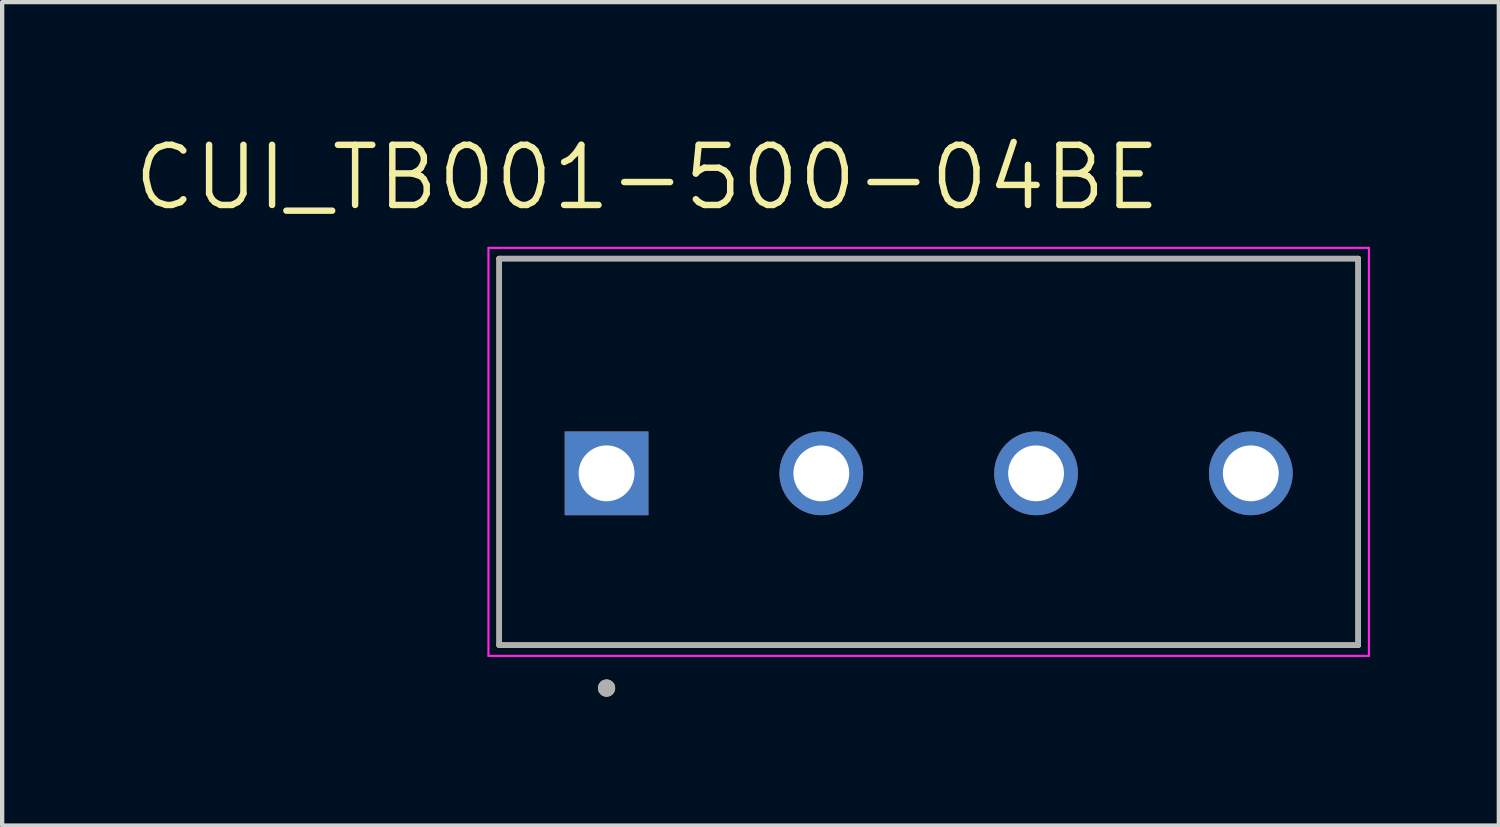
<source format=kicad_pcb>
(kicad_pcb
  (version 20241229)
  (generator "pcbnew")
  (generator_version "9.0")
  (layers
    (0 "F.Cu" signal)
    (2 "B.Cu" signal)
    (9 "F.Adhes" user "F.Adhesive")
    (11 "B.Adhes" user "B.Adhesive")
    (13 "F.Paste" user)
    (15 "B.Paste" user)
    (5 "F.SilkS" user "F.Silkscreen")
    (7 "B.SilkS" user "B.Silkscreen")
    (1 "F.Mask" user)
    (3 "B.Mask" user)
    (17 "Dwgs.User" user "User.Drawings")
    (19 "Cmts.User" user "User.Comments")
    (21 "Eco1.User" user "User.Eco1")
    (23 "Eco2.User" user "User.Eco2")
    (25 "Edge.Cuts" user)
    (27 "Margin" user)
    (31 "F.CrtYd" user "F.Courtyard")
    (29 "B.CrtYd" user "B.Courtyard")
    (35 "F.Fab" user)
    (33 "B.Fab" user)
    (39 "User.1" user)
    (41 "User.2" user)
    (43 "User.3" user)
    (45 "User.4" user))
  (footprint "CUI_TB001-500-04BE"
    (layer "F.Cu")
    (at 11.073 7.971)
    (property "Reference" "CUI_TB001-500-04BE" (at 0.945 -6.889 0) (layer "F.SilkS") (effects (font (size 1.4 1.4) (thickness 0.15))))
    (attr through_hole)
    (fp_line (start -2.5 -5) (end 17.5 -5) (stroke (width 0.127) (type solid)) (layer "F.SilkS"))
    (fp_line (start -2.5 4) (end -2.5 -5) (stroke (width 0.127) (type solid)) (layer "F.SilkS"))
    (fp_line (start 17.5 -5) (end 17.5 4) (stroke (width 0.127) (type solid)) (layer "F.SilkS"))
    (fp_line (start 17.5 4) (end -2.5 4) (stroke (width 0.127) (type solid)) (layer "F.SilkS"))
    (fp_circle (center 0 5) (end 0.1 5) (stroke (width 0.2) (type solid)) (fill no) (layer "F.SilkS"))
    (fp_line (start -2.75 -5.25) (end 17.75 -5.25) (stroke (width 0.05) (type solid)) (layer "F.CrtYd"))
    (fp_line (start -2.75 4.25) (end -2.75 -5.25) (stroke (width 0.05) (type solid)) (layer "F.CrtYd"))
    (fp_line (start 17.75 -5.25) (end 17.75 4.25) (stroke (width 0.05) (type solid)) (layer "F.CrtYd"))
    (fp_line (start 17.75 4.25) (end -2.75 4.25) (stroke (width 0.05) (type solid)) (layer "F.CrtYd"))
    (fp_line (start -2.5 -5) (end 17.5 -5) (stroke (width 0.127) (type solid)) (layer "F.Fab"))
    (fp_line (start -2.5 4) (end -2.5 -5) (stroke (width 0.127) (type solid)) (layer "F.Fab"))
    (fp_line (start 17.5 -5) (end 17.5 4) (stroke (width 0.127) (type solid)) (layer "F.Fab"))
    (fp_line (start 17.5 4) (end -2.5 4) (stroke (width 0.127) (type solid)) (layer "F.Fab"))
    (fp_circle (center 0 5) (end 0.1 5) (stroke (width 0.2) (type solid)) (fill no) (layer "F.Fab"))
    (pad "1" thru_hole rect (at 0 0) (size 1.95 1.95) (drill 1.3) (layers "*.Cu" "*.Mask"))
    (pad "2" thru_hole circle (at 5 0) (size 1.95 1.95) (drill 1.3) (layers "*.Cu" "*.Mask"))
    (pad "3" thru_hole circle (at 10 0) (size 1.95 1.95) (drill 1.3) (layers "*.Cu" "*.Mask"))
    (pad "4" thru_hole circle (at 15 0) (size 1.95 1.95) (drill 1.3) (layers "*.Cu" "*.Mask")))
  (gr_rect
    (start -3 -3)
    (end 31.848 16.171)
    (stroke (width 0.1) (type default))
    (fill no)
    (layer "Edge.Cuts")))
</source>
